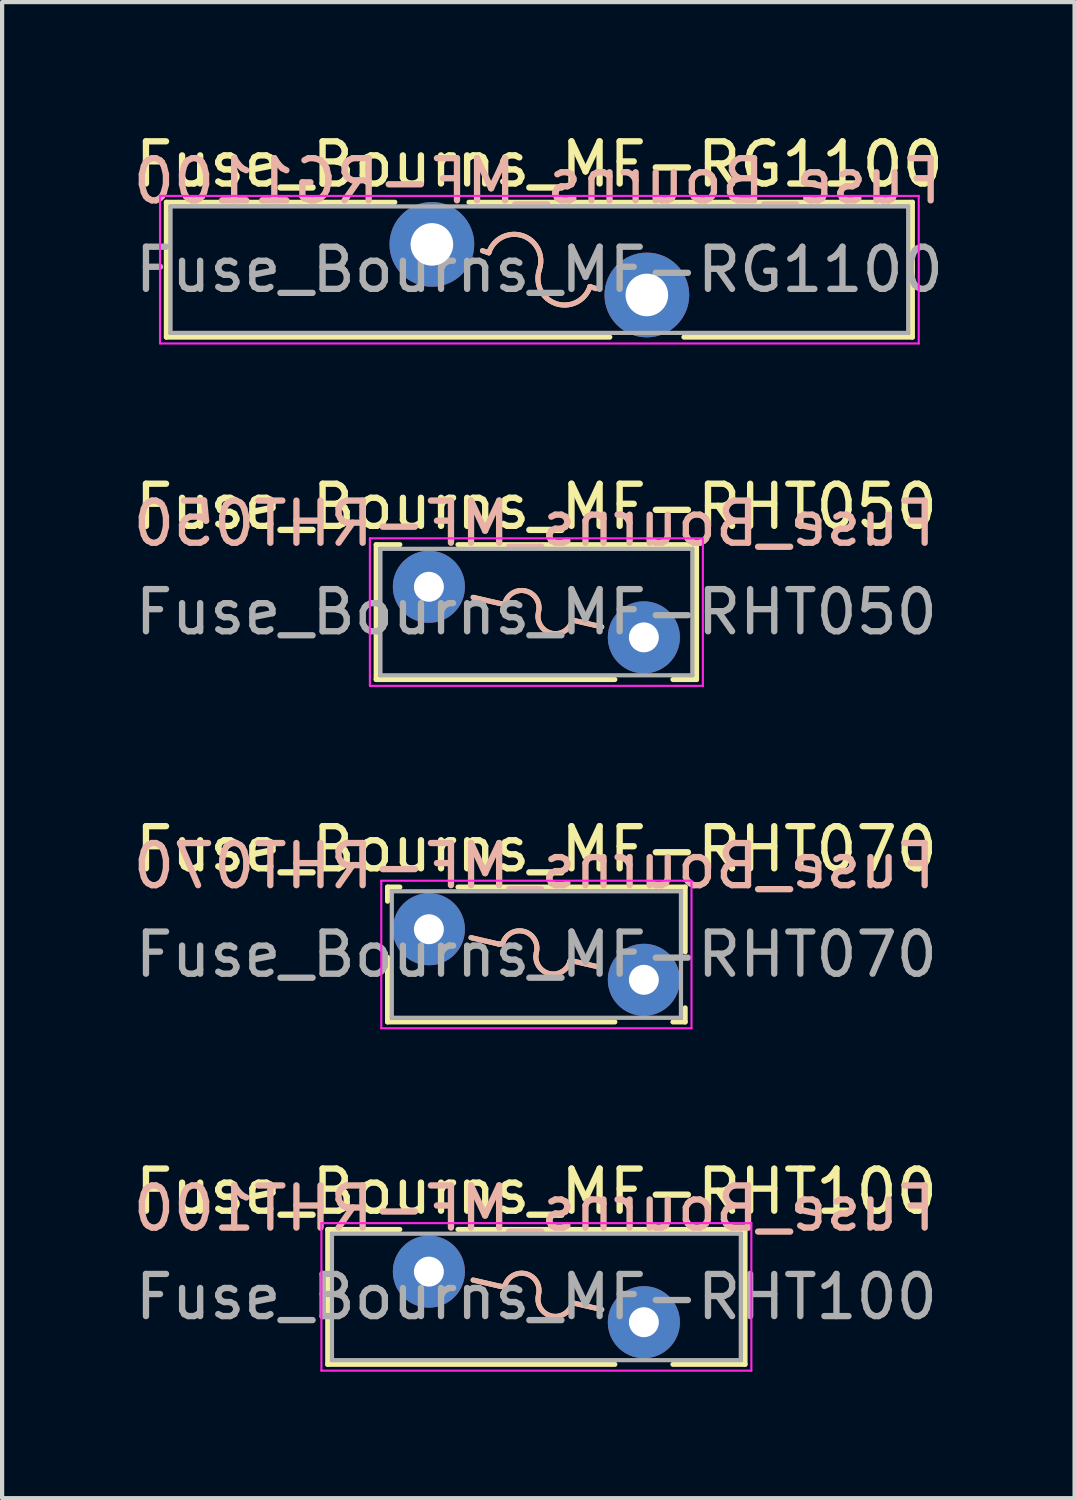
<source format=kicad_pcb>
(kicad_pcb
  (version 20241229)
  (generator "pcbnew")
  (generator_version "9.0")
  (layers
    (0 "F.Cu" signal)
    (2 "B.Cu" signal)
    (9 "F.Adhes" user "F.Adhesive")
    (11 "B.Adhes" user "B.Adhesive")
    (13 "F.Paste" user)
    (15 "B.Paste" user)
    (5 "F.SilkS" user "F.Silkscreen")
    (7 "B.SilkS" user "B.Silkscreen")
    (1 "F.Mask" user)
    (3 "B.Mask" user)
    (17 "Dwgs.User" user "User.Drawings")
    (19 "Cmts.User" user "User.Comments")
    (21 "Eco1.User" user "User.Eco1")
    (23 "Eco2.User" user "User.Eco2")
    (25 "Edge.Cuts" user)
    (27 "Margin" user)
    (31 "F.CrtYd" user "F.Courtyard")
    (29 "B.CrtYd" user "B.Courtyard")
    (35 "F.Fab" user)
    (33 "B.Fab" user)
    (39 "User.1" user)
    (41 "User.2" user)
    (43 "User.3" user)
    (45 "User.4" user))
  (footprint "Fuse_Bourns_MF-RHT100"
    (layer "F.Cu")
    (at 7.125 27.118)
    (property "Reference" "Fuse_Bourns_MF-RHT100" (at 2.55 -1.9 0) (layer "F.SilkS") (effects (font (size 1 1) (thickness 0.15))))
    (fp_line (start -2.4 -1) (end -2.4 2.2) (stroke (width 0.12) (type solid)) (layer "F.SilkS"))
    (fp_line (start -2.4 -1) (end -0.689 -1) (stroke (width 0.12) (type solid)) (layer "F.SilkS"))
    (fp_line (start -2.4 2.2) (end 4.412 2.2) (stroke (width 0.12) (type solid)) (layer "F.SilkS"))
    (fp_line (start 0.689 -1) (end 7.5 -1) (stroke (width 0.12) (type solid)) (layer "F.SilkS"))
    (fp_line (start 1.05 0.2) (end 1.7 0.35) (stroke (width 0.12) (type solid)) (layer "F.SilkS"))
    (fp_line (start 1.8 0.35) (end 1.7 0.35) (stroke (width 0.12) (type solid)) (layer "F.SilkS"))
    (fp_line (start 3.4 0.75) (end 3.45 0.75) (stroke (width 0.12) (type solid)) (layer "F.SilkS"))
    (fp_line (start 3.45 0.75) (end 4.1 0.9) (stroke (width 0.12) (type solid)) (layer "F.SilkS"))
    (fp_line (start 5.789 2.2) (end 7.5 2.2) (stroke (width 0.12) (type solid)) (layer "F.SilkS"))
    (fp_line (start 7.5 -1) (end 7.5 2.2) (stroke (width 0.12) (type solid)) (layer "F.SilkS"))
    (fp_arc (start 1.800001 0.350001) (mid 2.299999 0.050001) (end 2.599999 0.549999) (stroke (width 0.12) (type solid)) (layer "F.SilkS"))
    (fp_arc (start 3.399999 0.749999) (mid 2.900001 1.049999) (end 2.600001 0.550001) (stroke (width 0.12) (type solid)) (layer "F.SilkS"))
    (fp_line (start 1.05 0.2) (end 1.7 0.35) (stroke (width 0.12) (type solid)) (layer "B.SilkS"))
    (fp_line (start 1.8 0.35) (end 1.7 0.35) (stroke (width 0.12) (type solid)) (layer "B.SilkS"))
    (fp_line (start 3.4 0.75) (end 3.45 0.75) (stroke (width 0.12) (type solid)) (layer "B.SilkS"))
    (fp_line (start 3.45 0.75) (end 4.1 0.9) (stroke (width 0.12) (type solid)) (layer "B.SilkS"))
    (fp_arc (start 1.800001 0.350001) (mid 2.299999 0.050001) (end 2.599999 0.549999) (stroke (width 0.12) (type solid)) (layer "B.SilkS"))
    (fp_arc (start 3.399999 0.749999) (mid 2.900001 1.049999) (end 2.600001 0.550001) (stroke (width 0.12) (type solid)) (layer "B.SilkS"))
    (fp_line (start -2.55 -1.15) (end -2.55 2.35) (stroke (width 0.05) (type solid)) (layer "F.CrtYd"))
    (fp_line (start -2.55 2.35) (end 7.65 2.35) (stroke (width 0.05) (type solid)) (layer "F.CrtYd"))
    (fp_line (start 7.65 -1.15) (end -2.55 -1.15) (stroke (width 0.05) (type solid)) (layer "F.CrtYd"))
    (fp_line (start 7.65 2.35) (end 7.65 -1.15) (stroke (width 0.05) (type solid)) (layer "F.CrtYd"))
    (fp_line (start -2.3 -0.9) (end -2.3 2.1) (stroke (width 0.1) (type solid)) (layer "F.Fab"))
    (fp_line (start -2.3 2.1) (end 7.4 2.1) (stroke (width 0.1) (type solid)) (layer "F.Fab"))
    (fp_line (start 7.4 -0.9) (end -2.3 -0.9) (stroke (width 0.1) (type solid)) (layer "F.Fab"))
    (fp_line (start 7.4 2.1) (end 7.4 -0.9) (stroke (width 0.1) (type solid)) (layer "F.Fab"))
    (fp_text user "${REFERENCE}" (at 2.5 -1.5 0) (layer "B.SilkS") (effects (font (size 1 1) (thickness 0.15)) (justify mirror)))
    (fp_text user "${REFERENCE}" (at 2.55 0.6 0) (layer "F.Fab") (effects (font (size 1 1) (thickness 0.15))))
    (pad "1" thru_hole circle (at 0 0) (size 1.71 1.71) (drill 0.71) (layers "*.Cu" "*.Mask"))
    (pad "2" thru_hole circle (at 5.1 1.2) (size 1.71 1.71) (drill 0.71) (layers "*.Cu" "*.Mask")))
  (footprint "Fuse_Bourns_MF-RHT070"
    (layer "F.Cu")
    (at 7.125 18.995)
    (property "Reference" "Fuse_Bourns_MF-RHT070" (at 2.55 -1.9 0) (layer "F.SilkS") (effects (font (size 1 1) (thickness 0.15))))
    (fp_line (start -0.981 -1) (end -0.981 -0.665) (stroke (width 0.12) (type solid)) (layer "F.SilkS"))
    (fp_line (start -0.981 -1) (end -0.689 -1) (stroke (width 0.12) (type solid)) (layer "F.SilkS"))
    (fp_line (start -0.981 0.665) (end -0.981 2.2) (stroke (width 0.12) (type solid)) (layer "F.SilkS"))
    (fp_line (start -0.981 2.2) (end 4.412 2.2) (stroke (width 0.12) (type solid)) (layer "F.SilkS"))
    (fp_line (start 0.689 -1) (end 6.08 -1) (stroke (width 0.12) (type solid)) (layer "F.SilkS"))
    (fp_line (start 1 0.2) (end 1.65 0.35) (stroke (width 0.12) (type solid)) (layer "F.SilkS"))
    (fp_line (start 1.75 0.35) (end 1.65 0.35) (stroke (width 0.12) (type solid)) (layer "F.SilkS"))
    (fp_line (start 3.35 0.75) (end 3.4 0.75) (stroke (width 0.12) (type solid)) (layer "F.SilkS"))
    (fp_line (start 3.4 0.75) (end 4.05 0.9) (stroke (width 0.12) (type solid)) (layer "F.SilkS"))
    (fp_line (start 5.789 2.2) (end 6.08 2.2) (stroke (width 0.12) (type solid)) (layer "F.SilkS"))
    (fp_line (start 6.08 -1) (end 6.08 0.536) (stroke (width 0.12) (type solid)) (layer "F.SilkS"))
    (fp_line (start 6.08 1.865) (end 6.08 2.2) (stroke (width 0.12) (type solid)) (layer "F.SilkS"))
    (fp_arc (start 1.750001 0.350001) (mid 2.249999 0.050001) (end 2.549999 0.549999) (stroke (width 0.12) (type solid)) (layer "F.SilkS"))
    (fp_arc (start 3.349999 0.749999) (mid 2.850001 1.049999) (end 2.550001 0.550001) (stroke (width 0.12) (type solid)) (layer "F.SilkS"))
    (fp_line (start 1 0.2) (end 1.65 0.35) (stroke (width 0.12) (type solid)) (layer "B.SilkS"))
    (fp_line (start 1.75 0.35) (end 1.65 0.35) (stroke (width 0.12) (type solid)) (layer "B.SilkS"))
    (fp_line (start 3.35 0.75) (end 3.4 0.75) (stroke (width 0.12) (type solid)) (layer "B.SilkS"))
    (fp_line (start 3.4 0.75) (end 4.05 0.9) (stroke (width 0.12) (type solid)) (layer "B.SilkS"))
    (fp_arc (start 1.750001 0.350001) (mid 2.249999 0.050001) (end 2.549999 0.549999) (stroke (width 0.12) (type solid)) (layer "B.SilkS"))
    (fp_arc (start 3.349999 0.749999) (mid 2.850001 1.049999) (end 2.550001 0.550001) (stroke (width 0.12) (type solid)) (layer "B.SilkS"))
    (fp_line (start -1.13 -1.15) (end -1.13 2.35) (stroke (width 0.05) (type solid)) (layer "F.CrtYd"))
    (fp_line (start -1.13 2.35) (end 6.23 2.35) (stroke (width 0.05) (type solid)) (layer "F.CrtYd"))
    (fp_line (start 6.23 -1.15) (end -1.13 -1.15) (stroke (width 0.05) (type solid)) (layer "F.CrtYd"))
    (fp_line (start 6.23 2.35) (end 6.23 -1.15) (stroke (width 0.05) (type solid)) (layer "F.CrtYd"))
    (fp_line (start -0.88 -0.9) (end -0.88 2.1) (stroke (width 0.1) (type solid)) (layer "F.Fab"))
    (fp_line (start -0.88 2.1) (end 5.98 2.1) (stroke (width 0.1) (type solid)) (layer "F.Fab"))
    (fp_line (start 5.98 -0.9) (end -0.88 -0.9) (stroke (width 0.1) (type solid)) (layer "F.Fab"))
    (fp_line (start 5.98 2.1) (end 5.98 -0.9) (stroke (width 0.1) (type solid)) (layer "F.Fab"))
    (fp_text user "${REFERENCE}" (at 2.5 -1.5 0) (layer "B.SilkS") (effects (font (size 1 1) (thickness 0.15)) (justify mirror)))
    (fp_text user "${REFERENCE}" (at 2.55 0.6 0) (layer "F.Fab") (effects (font (size 1 1) (thickness 0.15))))
    (pad "1" thru_hole circle (at 0 0) (size 1.71 1.71) (drill 0.71) (layers "*.Cu" "*.Mask"))
    (pad "2" thru_hole circle (at 5.1 1.2) (size 1.71 1.71) (drill 0.71) (layers "*.Cu" "*.Mask")))
  (footprint "Fuse_Bourns_MF-RHT050"
    (layer "F.Cu")
    (at 7.125 10.871)
    (property "Reference" "Fuse_Bourns_MF-RHT050" (at 2.55 -1.9 0) (layer "F.SilkS") (effects (font (size 1 1) (thickness 0.15))))
    (fp_line (start -1.251 -1) (end -1.251 2.2) (stroke (width 0.12) (type solid)) (layer "F.SilkS"))
    (fp_line (start -1.251 -1) (end -0.689 -1) (stroke (width 0.12) (type solid)) (layer "F.SilkS"))
    (fp_line (start -1.251 2.2) (end 4.412 2.2) (stroke (width 0.12) (type solid)) (layer "F.SilkS"))
    (fp_line (start 0.689 -1) (end 6.35 -1) (stroke (width 0.12) (type solid)) (layer "F.SilkS"))
    (fp_line (start 1.05 0.25) (end 1.7 0.4) (stroke (width 0.12) (type solid)) (layer "F.SilkS"))
    (fp_line (start 1.8 0.4) (end 1.7 0.4) (stroke (width 0.12) (type solid)) (layer "F.SilkS"))
    (fp_line (start 3.4 0.8) (end 3.45 0.8) (stroke (width 0.12) (type solid)) (layer "F.SilkS"))
    (fp_line (start 3.45 0.8) (end 4.1 0.95) (stroke (width 0.12) (type solid)) (layer "F.SilkS"))
    (fp_line (start 5.789 2.2) (end 6.35 2.2) (stroke (width 0.12) (type solid)) (layer "F.SilkS"))
    (fp_line (start 6.35 -1) (end 6.35 2.2) (stroke (width 0.12) (type solid)) (layer "F.SilkS"))
    (fp_arc (start 1.800001 0.400001) (mid 2.299999 0.100001) (end 2.599999 0.599999) (stroke (width 0.12) (type solid)) (layer "F.SilkS"))
    (fp_arc (start 3.399999 0.799999) (mid 2.900001 1.099999) (end 2.600001 0.600001) (stroke (width 0.12) (type solid)) (layer "F.SilkS"))
    (fp_line (start 1.05 0.25) (end 1.7 0.4) (stroke (width 0.12) (type solid)) (layer "B.SilkS"))
    (fp_line (start 1.8 0.4) (end 1.7 0.4) (stroke (width 0.12) (type solid)) (layer "B.SilkS"))
    (fp_line (start 3.4 0.8) (end 3.45 0.8) (stroke (width 0.12) (type solid)) (layer "B.SilkS"))
    (fp_line (start 3.45 0.8) (end 4.1 0.95) (stroke (width 0.12) (type solid)) (layer "B.SilkS"))
    (fp_arc (start 1.800001 0.400001) (mid 2.299999 0.100001) (end 2.599999 0.599999) (stroke (width 0.12) (type solid)) (layer "B.SilkS"))
    (fp_arc (start 3.399999 0.799999) (mid 2.900001 1.099999) (end 2.600001 0.600001) (stroke (width 0.12) (type solid)) (layer "B.SilkS"))
    (fp_line (start -1.4 -1.15) (end -1.4 2.35) (stroke (width 0.05) (type solid)) (layer "F.CrtYd"))
    (fp_line (start -1.4 2.35) (end 6.5 2.35) (stroke (width 0.05) (type solid)) (layer "F.CrtYd"))
    (fp_line (start 6.5 -1.15) (end -1.4 -1.15) (stroke (width 0.05) (type solid)) (layer "F.CrtYd"))
    (fp_line (start 6.5 2.35) (end 6.5 -1.15) (stroke (width 0.05) (type solid)) (layer "F.CrtYd"))
    (fp_line (start -1.15 -0.9) (end -1.15 2.1) (stroke (width 0.1) (type solid)) (layer "F.Fab"))
    (fp_line (start -1.15 2.1) (end 6.25 2.1) (stroke (width 0.1) (type solid)) (layer "F.Fab"))
    (fp_line (start 6.25 -0.9) (end -1.15 -0.9) (stroke (width 0.1) (type solid)) (layer "F.Fab"))
    (fp_line (start 6.25 2.1) (end 6.25 -0.9) (stroke (width 0.1) (type solid)) (layer "F.Fab"))
    (fp_text user "${REFERENCE}" (at 2.5 -1.5 0) (layer "B.SilkS") (effects (font (size 1 1) (thickness 0.15)) (justify mirror)))
    (fp_text user "${REFERENCE}" (at 2.55 0.6 0) (layer "F.Fab") (effects (font (size 1 1) (thickness 0.15))))
    (pad "1" thru_hole circle (at 0 0) (size 1.71 1.71) (drill 0.71) (layers "*.Cu" "*.Mask"))
    (pad "2" thru_hole circle (at 5.1 1.2) (size 1.71 1.71) (drill 0.71) (layers "*.Cu" "*.Mask")))
  (footprint "Fuse_Bourns_MF-RG1100"
    (layer "F.Cu")
    (at 7.196 2.748)
    (property "Reference" "Fuse_Bourns_MF-RG1100" (at 2.55 -1.9 0) (layer "F.SilkS") (effects (font (size 1 1) (thickness 0.15))))
    (fp_line (start -6.3 -1) (end -6.3 2.2) (stroke (width 0.12) (type solid)) (layer "F.SilkS"))
    (fp_line (start -6.3 -1) (end -0.879 -1) (stroke (width 0.12) (type solid)) (layer "F.SilkS"))
    (fp_line (start -6.3 2.2) (end 4.222 2.2) (stroke (width 0.12) (type solid)) (layer "F.SilkS"))
    (fp_line (start 0.879 -1) (end 11.4 -1) (stroke (width 0.12) (type solid)) (layer "F.SilkS"))
    (fp_line (start 1.2 0.15) (end 1.35 0.2) (stroke (width 0.12) (type solid)) (layer "F.SilkS"))
    (fp_line (start 3.75 1) (end 3.9 1.05) (stroke (width 0.12) (type solid)) (layer "F.SilkS"))
    (fp_line (start 5.979 2.2) (end 11.4 2.2) (stroke (width 0.12) (type solid)) (layer "F.SilkS"))
    (fp_line (start 11.4 -1) (end 11.4 2.2) (stroke (width 0.12) (type solid)) (layer "F.SilkS"))
    (fp_arc (start 1.350003 0.200002) (mid 2.150001 -0.199998) (end 2.550001 0.6) (stroke (width 0.12) (type solid)) (layer "F.SilkS"))
    (fp_arc (start 3.749999 0.999998) (mid 2.950001 1.399998) (end 2.550001 0.6) (stroke (width 0.12) (type solid)) (layer "F.SilkS"))
    (fp_line (start 1.2 0.15) (end 1.35 0.2) (stroke (width 0.12) (type solid)) (layer "B.SilkS"))
    (fp_line (start 3.75 1) (end 3.9 1.05) (stroke (width 0.12) (type solid)) (layer "B.SilkS"))
    (fp_arc (start 1.350003 0.200002) (mid 2.150001 -0.199998) (end 2.550001 0.6) (stroke (width 0.12) (type solid)) (layer "B.SilkS"))
    (fp_arc (start 3.749999 0.999998) (mid 2.950001 1.399998) (end 2.550001 0.6) (stroke (width 0.12) (type solid)) (layer "B.SilkS"))
    (fp_line (start -6.45 -1.15) (end -6.45 2.35) (stroke (width 0.05) (type solid)) (layer "F.CrtYd"))
    (fp_line (start -6.45 2.35) (end 11.55 2.35) (stroke (width 0.05) (type solid)) (layer "F.CrtYd"))
    (fp_line (start 11.55 -1.15) (end -6.45 -1.15) (stroke (width 0.05) (type solid)) (layer "F.CrtYd"))
    (fp_line (start 11.55 2.35) (end 11.55 -1.15) (stroke (width 0.05) (type solid)) (layer "F.CrtYd"))
    (fp_line (start -6.2 -0.9) (end -6.2 2.1) (stroke (width 0.1) (type solid)) (layer "F.Fab"))
    (fp_line (start -6.2 2.1) (end 11.3 2.1) (stroke (width 0.1) (type solid)) (layer "F.Fab"))
    (fp_line (start 11.3 -0.9) (end -6.2 -0.9) (stroke (width 0.1) (type solid)) (layer "F.Fab"))
    (fp_line (start 11.3 2.1) (end 11.3 -0.9) (stroke (width 0.1) (type solid)) (layer "F.Fab"))
    (fp_text user "${REFERENCE}" (at 2.5 -1.5 0) (layer "B.SilkS") (effects (font (size 1 1) (thickness 0.15)) (justify mirror)))
    (fp_text user "${REFERENCE}" (at 2.55 0.6 0) (layer "F.Fab") (effects (font (size 1 1) (thickness 0.15))))
    (pad "1" thru_hole circle (at 0 0) (size 2.01 2.01) (drill 1.01) (layers "*.Cu" "*.Mask"))
    (pad "2" thru_hole circle (at 5.1 1.2) (size 2.01 2.01) (drill 1.01) (layers "*.Cu" "*.Mask")))
  (gr_rect
    (start -3 -3)
    (end 22.443 32.493)
    (stroke (width 0.1) (type default))
    (fill no)
    (layer "Edge.Cuts")))
</source>
